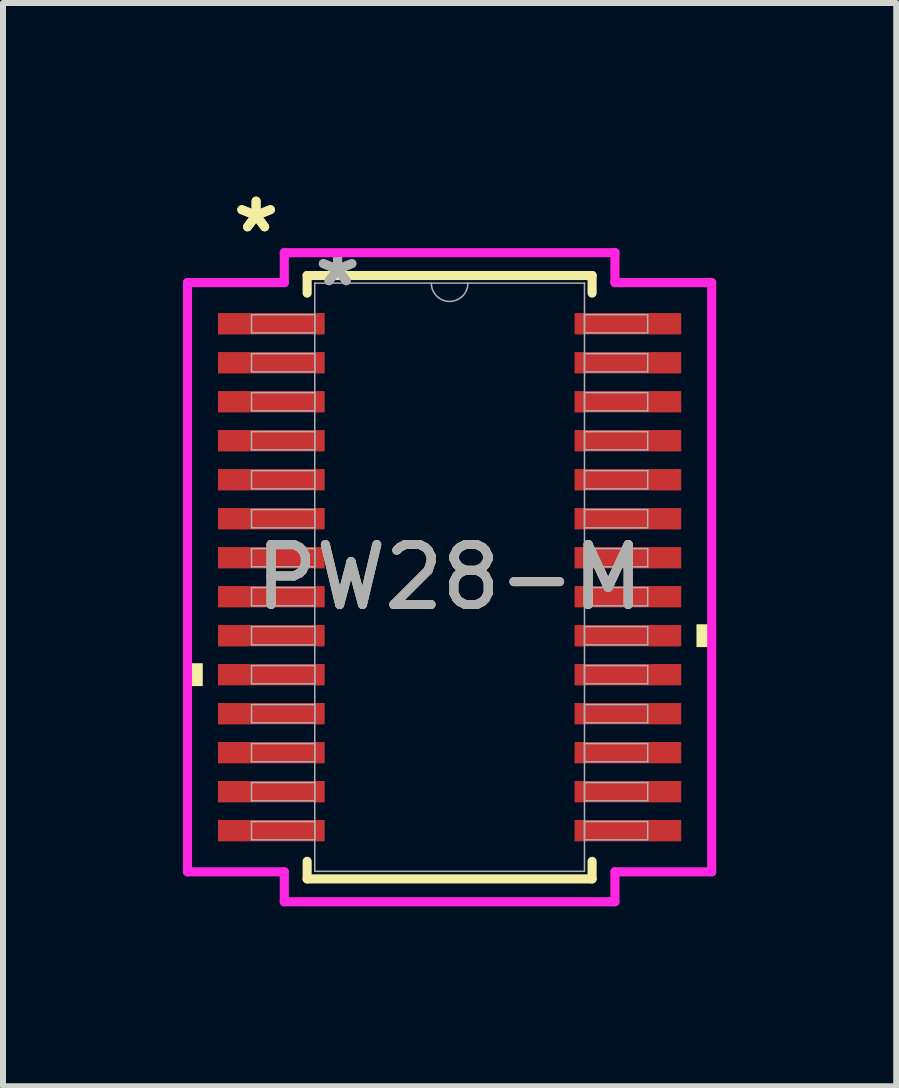
<source format=kicad_pcb>
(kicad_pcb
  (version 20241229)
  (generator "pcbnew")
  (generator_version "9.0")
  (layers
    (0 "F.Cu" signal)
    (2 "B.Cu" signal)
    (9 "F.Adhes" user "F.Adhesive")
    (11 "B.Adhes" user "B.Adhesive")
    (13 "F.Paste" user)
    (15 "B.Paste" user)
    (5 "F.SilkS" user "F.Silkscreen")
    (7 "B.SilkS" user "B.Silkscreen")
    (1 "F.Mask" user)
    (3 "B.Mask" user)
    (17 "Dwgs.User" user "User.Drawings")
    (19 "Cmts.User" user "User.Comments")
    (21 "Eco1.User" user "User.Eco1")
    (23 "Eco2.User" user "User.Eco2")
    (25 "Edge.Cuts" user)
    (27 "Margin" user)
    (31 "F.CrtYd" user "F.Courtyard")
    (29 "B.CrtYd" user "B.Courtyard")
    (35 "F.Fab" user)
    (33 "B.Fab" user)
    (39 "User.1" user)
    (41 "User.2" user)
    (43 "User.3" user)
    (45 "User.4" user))
  (footprint "PW28-M"
    (layer "F.Cu")
    (at 4.445 6.572)
    (property "Reference" "PW28-M" (at 0 0 0) (unlocked yes) (layer "F.SilkS") (effects (font (size 1 1) (thickness 0.15))))
    (attr smd)
    (fp_line (start -2.375 -5.029) (end -2.375 -4.736) (stroke (width 0.152) (type solid)) (layer "F.SilkS"))
    (fp_line (start -2.375 4.736) (end -2.375 5.029) (stroke (width 0.152) (type solid)) (layer "F.SilkS"))
    (fp_line (start -2.375 5.029) (end 2.375 5.029) (stroke (width 0.152) (type solid)) (layer "F.SilkS"))
    (fp_line (start 2.375 -5.029) (end -2.375 -5.029) (stroke (width 0.152) (type solid)) (layer "F.SilkS"))
    (fp_line (start 2.375 -4.736) (end 2.375 -5.029) (stroke (width 0.152) (type solid)) (layer "F.SilkS"))
    (fp_line (start 2.375 5.029) (end 2.375 4.736) (stroke (width 0.152) (type solid)) (layer "F.SilkS"))
    (fp_poly (pts (xy -4.369 1.434) (xy -4.369 1.815) (xy -4.115 1.815) (xy -4.115 1.434)) (stroke (width 0) (type solid)) (fill yes) (layer "F.SilkS"))
    (fp_poly (pts (xy 4.369 0.784) (xy 4.369 1.165) (xy 4.115 1.165) (xy 4.115 0.784)) (stroke (width 0) (type solid)) (fill yes) (layer "F.SilkS"))
    (fp_line (start -4.369 -4.911) (end -2.756 -4.911) (stroke (width 0.152) (type solid)) (layer "F.CrtYd"))
    (fp_line (start -4.369 4.911) (end -4.369 -4.911) (stroke (width 0.152) (type solid)) (layer "F.CrtYd"))
    (fp_line (start -4.369 4.911) (end -2.756 4.911) (stroke (width 0.152) (type solid)) (layer "F.CrtYd"))
    (fp_line (start -2.756 -5.41) (end 2.756 -5.41) (stroke (width 0.152) (type solid)) (layer "F.CrtYd"))
    (fp_line (start -2.756 -4.911) (end -2.756 -5.41) (stroke (width 0.152) (type solid)) (layer "F.CrtYd"))
    (fp_line (start -2.756 5.41) (end -2.756 4.911) (stroke (width 0.152) (type solid)) (layer "F.CrtYd"))
    (fp_line (start 2.756 -5.41) (end 2.756 -4.911) (stroke (width 0.152) (type solid)) (layer "F.CrtYd"))
    (fp_line (start 2.756 4.911) (end 2.756 5.41) (stroke (width 0.152) (type solid)) (layer "F.CrtYd"))
    (fp_line (start 2.756 5.41) (end -2.756 5.41) (stroke (width 0.152) (type solid)) (layer "F.CrtYd"))
    (fp_line (start 4.369 -4.911) (end 2.756 -4.911) (stroke (width 0.152) (type solid)) (layer "F.CrtYd"))
    (fp_line (start 4.369 -4.911) (end 4.369 4.911) (stroke (width 0.152) (type solid)) (layer "F.CrtYd"))
    (fp_line (start 4.369 4.911) (end 2.756 4.911) (stroke (width 0.152) (type solid)) (layer "F.CrtYd"))
    (fp_line (start -3.302 -4.377) (end -3.302 -4.073) (stroke (width 0.025) (type solid)) (layer "F.Fab"))
    (fp_line (start -3.302 -4.073) (end -2.248 -4.073) (stroke (width 0.025) (type solid)) (layer "F.Fab"))
    (fp_line (start -3.302 -3.727) (end -3.302 -3.423) (stroke (width 0.025) (type solid)) (layer "F.Fab"))
    (fp_line (start -3.302 -3.423) (end -2.248 -3.423) (stroke (width 0.025) (type solid)) (layer "F.Fab"))
    (fp_line (start -3.302 -3.077) (end -3.302 -2.773) (stroke (width 0.025) (type solid)) (layer "F.Fab"))
    (fp_line (start -3.302 -2.773) (end -2.248 -2.773) (stroke (width 0.025) (type solid)) (layer "F.Fab"))
    (fp_line (start -3.302 -2.427) (end -3.302 -2.123) (stroke (width 0.025) (type solid)) (layer "F.Fab"))
    (fp_line (start -3.302 -2.123) (end -2.248 -2.123) (stroke (width 0.025) (type solid)) (layer "F.Fab"))
    (fp_line (start -3.302 -1.777) (end -3.302 -1.473) (stroke (width 0.025) (type solid)) (layer "F.Fab"))
    (fp_line (start -3.302 -1.473) (end -2.248 -1.473) (stroke (width 0.025) (type solid)) (layer "F.Fab"))
    (fp_line (start -3.302 -1.127) (end -3.302 -0.823) (stroke (width 0.025) (type solid)) (layer "F.Fab"))
    (fp_line (start -3.302 -0.823) (end -2.248 -0.823) (stroke (width 0.025) (type solid)) (layer "F.Fab"))
    (fp_line (start -3.302 -0.477) (end -3.302 -0.173) (stroke (width 0.025) (type solid)) (layer "F.Fab"))
    (fp_line (start -3.302 -0.173) (end -2.248 -0.173) (stroke (width 0.025) (type solid)) (layer "F.Fab"))
    (fp_line (start -3.302 0.173) (end -3.302 0.477) (stroke (width 0.025) (type solid)) (layer "F.Fab"))
    (fp_line (start -3.302 0.477) (end -2.248 0.477) (stroke (width 0.025) (type solid)) (layer "F.Fab"))
    (fp_line (start -3.302 0.823) (end -3.302 1.127) (stroke (width 0.025) (type solid)) (layer "F.Fab"))
    (fp_line (start -3.302 1.127) (end -2.248 1.127) (stroke (width 0.025) (type solid)) (layer "F.Fab"))
    (fp_line (start -3.302 1.473) (end -3.302 1.777) (stroke (width 0.025) (type solid)) (layer "F.Fab"))
    (fp_line (start -3.302 1.777) (end -2.248 1.777) (stroke (width 0.025) (type solid)) (layer "F.Fab"))
    (fp_line (start -3.302 2.123) (end -3.302 2.427) (stroke (width 0.025) (type solid)) (layer "F.Fab"))
    (fp_line (start -3.302 2.427) (end -2.248 2.427) (stroke (width 0.025) (type solid)) (layer "F.Fab"))
    (fp_line (start -3.302 2.773) (end -3.302 3.077) (stroke (width 0.025) (type solid)) (layer "F.Fab"))
    (fp_line (start -3.302 3.077) (end -2.248 3.077) (stroke (width 0.025) (type solid)) (layer "F.Fab"))
    (fp_line (start -3.302 3.423) (end -3.302 3.727) (stroke (width 0.025) (type solid)) (layer "F.Fab"))
    (fp_line (start -3.302 3.727) (end -2.248 3.727) (stroke (width 0.025) (type solid)) (layer "F.Fab"))
    (fp_line (start -3.302 4.073) (end -3.302 4.377) (stroke (width 0.025) (type solid)) (layer "F.Fab"))
    (fp_line (start -3.302 4.377) (end -2.248 4.377) (stroke (width 0.025) (type solid)) (layer "F.Fab"))
    (fp_line (start -2.248 -4.902) (end -2.248 4.902) (stroke (width 0.025) (type solid)) (layer "F.Fab"))
    (fp_line (start -2.248 -4.377) (end -3.302 -4.377) (stroke (width 0.025) (type solid)) (layer "F.Fab"))
    (fp_line (start -2.248 -4.073) (end -2.248 -4.377) (stroke (width 0.025) (type solid)) (layer "F.Fab"))
    (fp_line (start -2.248 -3.727) (end -3.302 -3.727) (stroke (width 0.025) (type solid)) (layer "F.Fab"))
    (fp_line (start -2.248 -3.423) (end -2.248 -3.727) (stroke (width 0.025) (type solid)) (layer "F.Fab"))
    (fp_line (start -2.248 -3.077) (end -3.302 -3.077) (stroke (width 0.025) (type solid)) (layer "F.Fab"))
    (fp_line (start -2.248 -2.773) (end -2.248 -3.077) (stroke (width 0.025) (type solid)) (layer "F.Fab"))
    (fp_line (start -2.248 -2.427) (end -3.302 -2.427) (stroke (width 0.025) (type solid)) (layer "F.Fab"))
    (fp_line (start -2.248 -2.123) (end -2.248 -2.427) (stroke (width 0.025) (type solid)) (layer "F.Fab"))
    (fp_line (start -2.248 -1.777) (end -3.302 -1.777) (stroke (width 0.025) (type solid)) (layer "F.Fab"))
    (fp_line (start -2.248 -1.473) (end -2.248 -1.777) (stroke (width 0.025) (type solid)) (layer "F.Fab"))
    (fp_line (start -2.248 -1.127) (end -3.302 -1.127) (stroke (width 0.025) (type solid)) (layer "F.Fab"))
    (fp_line (start -2.248 -0.823) (end -2.248 -1.127) (stroke (width 0.025) (type solid)) (layer "F.Fab"))
    (fp_line (start -2.248 -0.477) (end -3.302 -0.477) (stroke (width 0.025) (type solid)) (layer "F.Fab"))
    (fp_line (start -2.248 -0.173) (end -2.248 -0.477) (stroke (width 0.025) (type solid)) (layer "F.Fab"))
    (fp_line (start -2.248 0.173) (end -3.302 0.173) (stroke (width 0.025) (type solid)) (layer "F.Fab"))
    (fp_line (start -2.248 0.477) (end -2.248 0.173) (stroke (width 0.025) (type solid)) (layer "F.Fab"))
    (fp_line (start -2.248 0.823) (end -3.302 0.823) (stroke (width 0.025) (type solid)) (layer "F.Fab"))
    (fp_line (start -2.248 1.127) (end -2.248 0.823) (stroke (width 0.025) (type solid)) (layer "F.Fab"))
    (fp_line (start -2.248 1.473) (end -3.302 1.473) (stroke (width 0.025) (type solid)) (layer "F.Fab"))
    (fp_line (start -2.248 1.777) (end -2.248 1.473) (stroke (width 0.025) (type solid)) (layer "F.Fab"))
    (fp_line (start -2.248 2.123) (end -3.302 2.123) (stroke (width 0.025) (type solid)) (layer "F.Fab"))
    (fp_line (start -2.248 2.427) (end -2.248 2.123) (stroke (width 0.025) (type solid)) (layer "F.Fab"))
    (fp_line (start -2.248 2.773) (end -3.302 2.773) (stroke (width 0.025) (type solid)) (layer "F.Fab"))
    (fp_line (start -2.248 3.077) (end -2.248 2.773) (stroke (width 0.025) (type solid)) (layer "F.Fab"))
    (fp_line (start -2.248 3.423) (end -3.302 3.423) (stroke (width 0.025) (type solid)) (layer "F.Fab"))
    (fp_line (start -2.248 3.727) (end -2.248 3.423) (stroke (width 0.025) (type solid)) (layer "F.Fab"))
    (fp_line (start -2.248 4.073) (end -3.302 4.073) (stroke (width 0.025) (type solid)) (layer "F.Fab"))
    (fp_line (start -2.248 4.377) (end -2.248 4.073) (stroke (width 0.025) (type solid)) (layer "F.Fab"))
    (fp_line (start -2.248 4.902) (end 2.248 4.902) (stroke (width 0.025) (type solid)) (layer "F.Fab"))
    (fp_line (start 2.248 -4.902) (end -2.248 -4.902) (stroke (width 0.025) (type solid)) (layer "F.Fab"))
    (fp_line (start 2.248 -4.377) (end 2.248 -4.073) (stroke (width 0.025) (type solid)) (layer "F.Fab"))
    (fp_line (start 2.248 -4.073) (end 3.302 -4.073) (stroke (width 0.025) (type solid)) (layer "F.Fab"))
    (fp_line (start 2.248 -3.727) (end 2.248 -3.423) (stroke (width 0.025) (type solid)) (layer "F.Fab"))
    (fp_line (start 2.248 -3.423) (end 3.302 -3.423) (stroke (width 0.025) (type solid)) (layer "F.Fab"))
    (fp_line (start 2.248 -3.077) (end 2.248 -2.773) (stroke (width 0.025) (type solid)) (layer "F.Fab"))
    (fp_line (start 2.248 -2.773) (end 3.302 -2.773) (stroke (width 0.025) (type solid)) (layer "F.Fab"))
    (fp_line (start 2.248 -2.427) (end 2.248 -2.123) (stroke (width 0.025) (type solid)) (layer "F.Fab"))
    (fp_line (start 2.248 -2.123) (end 3.302 -2.123) (stroke (width 0.025) (type solid)) (layer "F.Fab"))
    (fp_line (start 2.248 -1.777) (end 2.248 -1.473) (stroke (width 0.025) (type solid)) (layer "F.Fab"))
    (fp_line (start 2.248 -1.473) (end 3.302 -1.473) (stroke (width 0.025) (type solid)) (layer "F.Fab"))
    (fp_line (start 2.248 -1.127) (end 2.248 -0.823) (stroke (width 0.025) (type solid)) (layer "F.Fab"))
    (fp_line (start 2.248 -0.823) (end 3.302 -0.823) (stroke (width 0.025) (type solid)) (layer "F.Fab"))
    (fp_line (start 2.248 -0.477) (end 2.248 -0.173) (stroke (width 0.025) (type solid)) (layer "F.Fab"))
    (fp_line (start 2.248 -0.173) (end 3.302 -0.173) (stroke (width 0.025) (type solid)) (layer "F.Fab"))
    (fp_line (start 2.248 0.173) (end 2.248 0.477) (stroke (width 0.025) (type solid)) (layer "F.Fab"))
    (fp_line (start 2.248 0.477) (end 3.302 0.477) (stroke (width 0.025) (type solid)) (layer "F.Fab"))
    (fp_line (start 2.248 0.823) (end 2.248 1.127) (stroke (width 0.025) (type solid)) (layer "F.Fab"))
    (fp_line (start 2.248 1.127) (end 3.302 1.127) (stroke (width 0.025) (type solid)) (layer "F.Fab"))
    (fp_line (start 2.248 1.473) (end 2.248 1.777) (stroke (width 0.025) (type solid)) (layer "F.Fab"))
    (fp_line (start 2.248 1.777) (end 3.302 1.777) (stroke (width 0.025) (type solid)) (layer "F.Fab"))
    (fp_line (start 2.248 2.123) (end 2.248 2.427) (stroke (width 0.025) (type solid)) (layer "F.Fab"))
    (fp_line (start 2.248 2.427) (end 3.302 2.427) (stroke (width 0.025) (type solid)) (layer "F.Fab"))
    (fp_line (start 2.248 2.773) (end 2.248 3.077) (stroke (width 0.025) (type solid)) (layer "F.Fab"))
    (fp_line (start 2.248 3.077) (end 3.302 3.077) (stroke (width 0.025) (type solid)) (layer "F.Fab"))
    (fp_line (start 2.248 3.423) (end 2.248 3.727) (stroke (width 0.025) (type solid)) (layer "F.Fab"))
    (fp_line (start 2.248 3.727) (end 3.302 3.727) (stroke (width 0.025) (type solid)) (layer "F.Fab"))
    (fp_line (start 2.248 4.073) (end 2.248 4.377) (stroke (width 0.025) (type solid)) (layer "F.Fab"))
    (fp_line (start 2.248 4.377) (end 3.302 4.377) (stroke (width 0.025) (type solid)) (layer "F.Fab"))
    (fp_line (start 2.248 4.902) (end 2.248 -4.902) (stroke (width 0.025) (type solid)) (layer "F.Fab"))
    (fp_line (start 3.302 -4.377) (end 2.248 -4.377) (stroke (width 0.025) (type solid)) (layer "F.Fab"))
    (fp_line (start 3.302 -4.073) (end 3.302 -4.377) (stroke (width 0.025) (type solid)) (layer "F.Fab"))
    (fp_line (start 3.302 -3.727) (end 2.248 -3.727) (stroke (width 0.025) (type solid)) (layer "F.Fab"))
    (fp_line (start 3.302 -3.423) (end 3.302 -3.727) (stroke (width 0.025) (type solid)) (layer "F.Fab"))
    (fp_line (start 3.302 -3.077) (end 2.248 -3.077) (stroke (width 0.025) (type solid)) (layer "F.Fab"))
    (fp_line (start 3.302 -2.773) (end 3.302 -3.077) (stroke (width 0.025) (type solid)) (layer "F.Fab"))
    (fp_line (start 3.302 -2.427) (end 2.248 -2.427) (stroke (width 0.025) (type solid)) (layer "F.Fab"))
    (fp_line (start 3.302 -2.123) (end 3.302 -2.427) (stroke (width 0.025) (type solid)) (layer "F.Fab"))
    (fp_line (start 3.302 -1.777) (end 2.248 -1.777) (stroke (width 0.025) (type solid)) (layer "F.Fab"))
    (fp_line (start 3.302 -1.473) (end 3.302 -1.777) (stroke (width 0.025) (type solid)) (layer "F.Fab"))
    (fp_line (start 3.302 -1.127) (end 2.248 -1.127) (stroke (width 0.025) (type solid)) (layer "F.Fab"))
    (fp_line (start 3.302 -0.823) (end 3.302 -1.127) (stroke (width 0.025) (type solid)) (layer "F.Fab"))
    (fp_line (start 3.302 -0.477) (end 2.248 -0.477) (stroke (width 0.025) (type solid)) (layer "F.Fab"))
    (fp_line (start 3.302 -0.173) (end 3.302 -0.477) (stroke (width 0.025) (type solid)) (layer "F.Fab"))
    (fp_line (start 3.302 0.173) (end 2.248 0.173) (stroke (width 0.025) (type solid)) (layer "F.Fab"))
    (fp_line (start 3.302 0.477) (end 3.302 0.173) (stroke (width 0.025) (type solid)) (layer "F.Fab"))
    (fp_line (start 3.302 0.823) (end 2.248 0.823) (stroke (width 0.025) (type solid)) (layer "F.Fab"))
    (fp_line (start 3.302 1.127) (end 3.302 0.823) (stroke (width 0.025) (type solid)) (layer "F.Fab"))
    (fp_line (start 3.302 1.473) (end 2.248 1.473) (stroke (width 0.025) (type solid)) (layer "F.Fab"))
    (fp_line (start 3.302 1.777) (end 3.302 1.473) (stroke (width 0.025) (type solid)) (layer "F.Fab"))
    (fp_line (start 3.302 2.123) (end 2.248 2.123) (stroke (width 0.025) (type solid)) (layer "F.Fab"))
    (fp_line (start 3.302 2.427) (end 3.302 2.123) (stroke (width 0.025) (type solid)) (layer "F.Fab"))
    (fp_line (start 3.302 2.773) (end 2.248 2.773) (stroke (width 0.025) (type solid)) (layer "F.Fab"))
    (fp_line (start 3.302 3.077) (end 3.302 2.773) (stroke (width 0.025) (type solid)) (layer "F.Fab"))
    (fp_line (start 3.302 3.423) (end 2.248 3.423) (stroke (width 0.025) (type solid)) (layer "F.Fab"))
    (fp_line (start 3.302 3.727) (end 3.302 3.423) (stroke (width 0.025) (type solid)) (layer "F.Fab"))
    (fp_line (start 3.302 4.073) (end 2.248 4.073) (stroke (width 0.025) (type solid)) (layer "F.Fab"))
    (fp_line (start 3.302 4.377) (end 3.302 4.073) (stroke (width 0.025) (type solid)) (layer "F.Fab"))
    (fp_arc (start 0.3048 -4.9022) (mid 0 -4.5974) (end -0.3048 -4.9022) (stroke (width 0.0254) (type solid)) (layer "F.Fab"))
    (fp_text user "*" (at -3.226 -5.724 0) (layer "F.SilkS") (effects (font (size 1 1) (thickness 0.15))))
    (fp_text user "*" (at -3.226 -5.724 0) (unlocked yes) (layer "F.SilkS") (effects (font (size 1 1) (thickness 0.15))))
    (fp_text user "*" (at -1.867 -4.826 0) (unlocked yes) (layer "F.Fab") (effects (font (size 1 1) (thickness 0.15))))
    (fp_text user "*" (at -1.867 -4.826 0) (layer "F.Fab") (effects (font (size 1 1) (thickness 0.15))))
    (fp_text user "${REFERENCE}" (at 0 0 0) (unlocked yes) (layer "F.Fab") (effects (font (size 1 1) (thickness 0.15))))
    (pad "1" smd rect (at -2.972 -4.225) (size 1.778 0.356) (layers "F.Cu" "F.Mask" "F.Paste"))
    (pad "2" smd rect (at -2.972 -3.575) (size 1.778 0.356) (layers "F.Cu" "F.Mask" "F.Paste"))
    (pad "3" smd rect (at -2.972 -2.925) (size 1.778 0.356) (layers "F.Cu" "F.Mask" "F.Paste"))
    (pad "4" smd rect (at -2.972 -2.275) (size 1.778 0.356) (layers "F.Cu" "F.Mask" "F.Paste"))
    (pad "5" smd rect (at -2.972 -1.625) (size 1.778 0.356) (layers "F.Cu" "F.Mask" "F.Paste"))
    (pad "6" smd rect (at -2.972 -0.975) (size 1.778 0.356) (layers "F.Cu" "F.Mask" "F.Paste"))
    (pad "7" smd rect (at -2.972 -0.325) (size 1.778 0.356) (layers "F.Cu" "F.Mask" "F.Paste"))
    (pad "8" smd rect (at -2.972 0.325) (size 1.778 0.356) (layers "F.Cu" "F.Mask" "F.Paste"))
    (pad "9" smd rect (at -2.972 0.975) (size 1.778 0.356) (layers "F.Cu" "F.Mask" "F.Paste"))
    (pad "10" smd rect (at -2.972 1.625) (size 1.778 0.356) (layers "F.Cu" "F.Mask" "F.Paste"))
    (pad "11" smd rect (at -2.972 2.275) (size 1.778 0.356) (layers "F.Cu" "F.Mask" "F.Paste"))
    (pad "12" smd rect (at -2.972 2.925) (size 1.778 0.356) (layers "F.Cu" "F.Mask" "F.Paste"))
    (pad "13" smd rect (at -2.972 3.575) (size 1.778 0.356) (layers "F.Cu" "F.Mask" "F.Paste"))
    (pad "14" smd rect (at -2.972 4.225) (size 1.778 0.356) (layers "F.Cu" "F.Mask" "F.Paste"))
    (pad "15" smd rect (at 2.972 4.225) (size 1.778 0.356) (layers "F.Cu" "F.Mask" "F.Paste"))
    (pad "16" smd rect (at 2.972 3.575) (size 1.778 0.356) (layers "F.Cu" "F.Mask" "F.Paste"))
    (pad "17" smd rect (at 2.972 2.925) (size 1.778 0.356) (layers "F.Cu" "F.Mask" "F.Paste"))
    (pad "18" smd rect (at 2.972 2.275) (size 1.778 0.356) (layers "F.Cu" "F.Mask" "F.Paste"))
    (pad "19" smd rect (at 2.972 1.625) (size 1.778 0.356) (layers "F.Cu" "F.Mask" "F.Paste"))
    (pad "20" smd rect (at 2.972 0.975) (size 1.778 0.356) (layers "F.Cu" "F.Mask" "F.Paste"))
    (pad "21" smd rect (at 2.972 0.325) (size 1.778 0.356) (layers "F.Cu" "F.Mask" "F.Paste"))
    (pad "22" smd rect (at 2.972 -0.325) (size 1.778 0.356) (layers "F.Cu" "F.Mask" "F.Paste"))
    (pad "23" smd rect (at 2.972 -0.975) (size 1.778 0.356) (layers "F.Cu" "F.Mask" "F.Paste"))
    (pad "24" smd rect (at 2.972 -1.625) (size 1.778 0.356) (layers "F.Cu" "F.Mask" "F.Paste"))
    (pad "25" smd rect (at 2.972 -2.275) (size 1.778 0.356) (layers "F.Cu" "F.Mask" "F.Paste"))
    (pad "26" smd rect (at 2.972 -2.925) (size 1.778 0.356) (layers "F.Cu" "F.Mask" "F.Paste"))
    (pad "27" smd rect (at 2.972 -3.575) (size 1.778 0.356) (layers "F.Cu" "F.Mask" "F.Paste"))
    (pad "28" smd rect (at 2.972 -4.225) (size 1.778 0.356) (layers "F.Cu" "F.Mask" "F.Paste")))
  (gr_rect
    (start -3 -3)
    (end 11.89 15.058)
    (stroke (width 0.1) (type default))
    (fill no)
    (layer "Edge.Cuts")))
</source>
